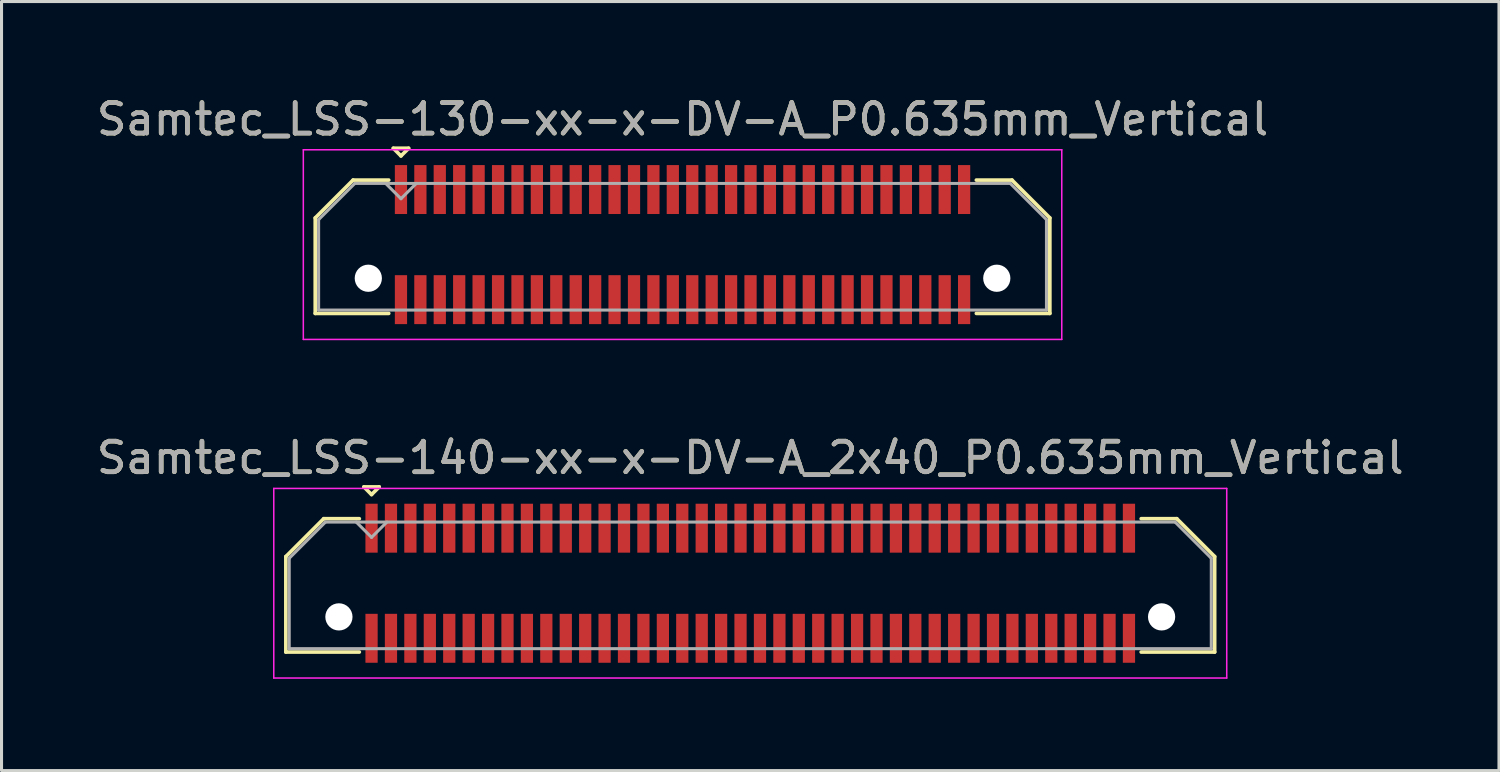
<source format=kicad_pcb>
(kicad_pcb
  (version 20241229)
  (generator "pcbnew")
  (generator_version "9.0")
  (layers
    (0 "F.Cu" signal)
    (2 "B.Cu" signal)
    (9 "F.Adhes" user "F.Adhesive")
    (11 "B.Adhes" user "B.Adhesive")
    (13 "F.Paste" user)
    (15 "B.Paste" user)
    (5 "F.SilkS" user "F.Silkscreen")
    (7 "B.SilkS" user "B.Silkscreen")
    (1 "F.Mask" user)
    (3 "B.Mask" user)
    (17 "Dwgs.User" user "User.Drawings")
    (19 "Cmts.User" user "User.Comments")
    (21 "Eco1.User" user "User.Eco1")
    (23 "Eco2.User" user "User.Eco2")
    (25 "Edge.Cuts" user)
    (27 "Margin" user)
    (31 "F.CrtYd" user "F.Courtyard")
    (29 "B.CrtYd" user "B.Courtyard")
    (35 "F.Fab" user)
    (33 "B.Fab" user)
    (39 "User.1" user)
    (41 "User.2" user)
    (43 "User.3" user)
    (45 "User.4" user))
  (footprint "Samtec_LSS-130-xx-x-DV-A_P0.635mm_Vertical"
    (layer "F.Cu")
    (at 19.268 4.948)
    (property "Reference" "Samtec_LSS-130-xx-x-DV-A_P0.635mm_Vertical" (at 0 -4.1 0) (layer "F.SilkS") (effects (font (size 1 1) (thickness 0.15))))
    (attr smd)
    (fp_line (start -12.01 -0.872) (end -12.01 2.25) (stroke (width 0.12) (type solid)) (layer "F.SilkS"))
    (fp_line (start -12.01 2.25) (end -9.607 2.25) (stroke (width 0.12) (type solid)) (layer "F.SilkS"))
    (fp_line (start -10.772 -2.11) (end -12.01 -0.872) (stroke (width 0.12) (type solid)) (layer "F.SilkS"))
    (fp_line (start -9.607 -2.11) (end -10.772 -2.11) (stroke (width 0.12) (type solid)) (layer "F.SilkS"))
    (fp_line (start -9.457 -3.15) (end -8.957 -3.15) (stroke (width 0.12) (type solid)) (layer "F.SilkS"))
    (fp_line (start -9.207 -2.9) (end -9.457 -3.15) (stroke (width 0.12) (type solid)) (layer "F.SilkS"))
    (fp_line (start -8.957 -3.15) (end -9.207 -2.9) (stroke (width 0.12) (type solid)) (layer "F.SilkS"))
    (fp_line (start 9.607 -2.11) (end 10.772 -2.11) (stroke (width 0.12) (type solid)) (layer "F.SilkS"))
    (fp_line (start 10.772 -2.11) (end 12.01 -0.872) (stroke (width 0.12) (type solid)) (layer "F.SilkS"))
    (fp_line (start 12.01 -0.872) (end 12.01 2.25) (stroke (width 0.12) (type solid)) (layer "F.SilkS"))
    (fp_line (start 12.01 2.25) (end 9.607 2.25) (stroke (width 0.12) (type solid)) (layer "F.SilkS"))
    (fp_line (start -12.4 -3.1) (end -12.4 3.1) (stroke (width 0.05) (type solid)) (layer "F.CrtYd"))
    (fp_line (start -12.4 3.1) (end 12.4 3.1) (stroke (width 0.05) (type solid)) (layer "F.CrtYd"))
    (fp_line (start 12.4 -3.1) (end -12.4 -3.1) (stroke (width 0.05) (type solid)) (layer "F.CrtYd"))
    (fp_line (start 12.4 3.1) (end 12.4 -3.1) (stroke (width 0.05) (type solid)) (layer "F.CrtYd"))
    (fp_line (start -11.9 -0.817) (end -11.9 2.14) (stroke (width 0.1) (type solid)) (layer "F.Fab"))
    (fp_line (start -11.9 2.14) (end 11.9 2.14) (stroke (width 0.1) (type solid)) (layer "F.Fab"))
    (fp_line (start -10.717 -2) (end -11.9 -0.817) (stroke (width 0.1) (type solid)) (layer "F.Fab"))
    (fp_line (start -9.207 -1.5) (end -9.707 -2) (stroke (width 0.1) (type solid)) (layer "F.Fab"))
    (fp_line (start -8.707 -2) (end -9.207 -1.5) (stroke (width 0.1) (type solid)) (layer "F.Fab"))
    (fp_line (start 10.717 -2) (end -10.717 -2) (stroke (width 0.1) (type solid)) (layer "F.Fab"))
    (fp_line (start 11.9 -0.817) (end 10.717 -2) (stroke (width 0.1) (type solid)) (layer "F.Fab"))
    (fp_line (start 11.9 2.14) (end 11.9 -0.817) (stroke (width 0.1) (type solid)) (layer "F.Fab"))
    (fp_text user "${REFERENCE}" (at 0 -4.1 0) (layer "F.Fab") (effects (font (size 1 1) (thickness 0.15))))
    (pad "" np_thru_hole circle (at -10.275 1.1) (size 0.89 0.89) (drill 0.89) (layers "*.Cu" "*.Mask"))
    (pad "" np_thru_hole circle (at 10.275 1.1) (size 0.89 0.89) (drill 0.89) (layers "*.Cu" "*.Mask"))
    (pad "1" smd rect (at -9.207 -1.8) (size 0.4 1.6) (layers "F.Cu" "F.Mask" "F.Paste"))
    (pad "2" smd rect (at -9.207 1.8) (size 0.4 1.6) (layers "F.Cu" "F.Mask" "F.Paste"))
    (pad "3" smd rect (at -8.572 -1.8) (size 0.4 1.6) (layers "F.Cu" "F.Mask" "F.Paste"))
    (pad "4" smd rect (at -8.572 1.8) (size 0.4 1.6) (layers "F.Cu" "F.Mask" "F.Paste"))
    (pad "5" smd rect (at -7.938 -1.8) (size 0.4 1.6) (layers "F.Cu" "F.Mask" "F.Paste"))
    (pad "6" smd rect (at -7.938 1.8) (size 0.4 1.6) (layers "F.Cu" "F.Mask" "F.Paste"))
    (pad "7" smd rect (at -7.303 -1.8) (size 0.4 1.6) (layers "F.Cu" "F.Mask" "F.Paste"))
    (pad "8" smd rect (at -7.303 1.8) (size 0.4 1.6) (layers "F.Cu" "F.Mask" "F.Paste"))
    (pad "9" smd rect (at -6.668 -1.8) (size 0.4 1.6) (layers "F.Cu" "F.Mask" "F.Paste"))
    (pad "10" smd rect (at -6.668 1.8) (size 0.4 1.6) (layers "F.Cu" "F.Mask" "F.Paste"))
    (pad "11" smd rect (at -6.032 -1.8) (size 0.4 1.6) (layers "F.Cu" "F.Mask" "F.Paste"))
    (pad "12" smd rect (at -6.032 1.8) (size 0.4 1.6) (layers "F.Cu" "F.Mask" "F.Paste"))
    (pad "13" smd rect (at -5.397 -1.8) (size 0.4 1.6) (layers "F.Cu" "F.Mask" "F.Paste"))
    (pad "14" smd rect (at -5.397 1.8) (size 0.4 1.6) (layers "F.Cu" "F.Mask" "F.Paste"))
    (pad "15" smd rect (at -4.763 -1.8) (size 0.4 1.6) (layers "F.Cu" "F.Mask" "F.Paste"))
    (pad "16" smd rect (at -4.763 1.8) (size 0.4 1.6) (layers "F.Cu" "F.Mask" "F.Paste"))
    (pad "17" smd rect (at -4.128 -1.8) (size 0.4 1.6) (layers "F.Cu" "F.Mask" "F.Paste"))
    (pad "18" smd rect (at -4.128 1.8) (size 0.4 1.6) (layers "F.Cu" "F.Mask" "F.Paste"))
    (pad "19" smd rect (at -3.493 -1.8) (size 0.4 1.6) (layers "F.Cu" "F.Mask" "F.Paste"))
    (pad "20" smd rect (at -3.493 1.8) (size 0.4 1.6) (layers "F.Cu" "F.Mask" "F.Paste"))
    (pad "21" smd rect (at -2.857 -1.8) (size 0.4 1.6) (layers "F.Cu" "F.Mask" "F.Paste"))
    (pad "22" smd rect (at -2.857 1.8) (size 0.4 1.6) (layers "F.Cu" "F.Mask" "F.Paste"))
    (pad "23" smd rect (at -2.223 -1.8) (size 0.4 1.6) (layers "F.Cu" "F.Mask" "F.Paste"))
    (pad "24" smd rect (at -2.223 1.8) (size 0.4 1.6) (layers "F.Cu" "F.Mask" "F.Paste"))
    (pad "25" smd rect (at -1.587 -1.8) (size 0.4 1.6) (layers "F.Cu" "F.Mask" "F.Paste"))
    (pad "26" smd rect (at -1.587 1.8) (size 0.4 1.6) (layers "F.Cu" "F.Mask" "F.Paste"))
    (pad "27" smd rect (at -0.953 -1.8) (size 0.4 1.6) (layers "F.Cu" "F.Mask" "F.Paste"))
    (pad "28" smd rect (at -0.953 1.8) (size 0.4 1.6) (layers "F.Cu" "F.Mask" "F.Paste"))
    (pad "29" smd rect (at -0.318 -1.8) (size 0.4 1.6) (layers "F.Cu" "F.Mask" "F.Paste"))
    (pad "30" smd rect (at -0.318 1.8) (size 0.4 1.6) (layers "F.Cu" "F.Mask" "F.Paste"))
    (pad "31" smd rect (at 0.318 -1.8) (size 0.4 1.6) (layers "F.Cu" "F.Mask" "F.Paste"))
    (pad "32" smd rect (at 0.318 1.8) (size 0.4 1.6) (layers "F.Cu" "F.Mask" "F.Paste"))
    (pad "33" smd rect (at 0.953 -1.8) (size 0.4 1.6) (layers "F.Cu" "F.Mask" "F.Paste"))
    (pad "34" smd rect (at 0.953 1.8) (size 0.4 1.6) (layers "F.Cu" "F.Mask" "F.Paste"))
    (pad "35" smd rect (at 1.587 -1.8) (size 0.4 1.6) (layers "F.Cu" "F.Mask" "F.Paste"))
    (pad "36" smd rect (at 1.587 1.8) (size 0.4 1.6) (layers "F.Cu" "F.Mask" "F.Paste"))
    (pad "37" smd rect (at 2.223 -1.8) (size 0.4 1.6) (layers "F.Cu" "F.Mask" "F.Paste"))
    (pad "38" smd rect (at 2.223 1.8) (size 0.4 1.6) (layers "F.Cu" "F.Mask" "F.Paste"))
    (pad "39" smd rect (at 2.857 -1.8) (size 0.4 1.6) (layers "F.Cu" "F.Mask" "F.Paste"))
    (pad "40" smd rect (at 2.857 1.8) (size 0.4 1.6) (layers "F.Cu" "F.Mask" "F.Paste"))
    (pad "41" smd rect (at 3.493 -1.8) (size 0.4 1.6) (layers "F.Cu" "F.Mask" "F.Paste"))
    (pad "42" smd rect (at 3.493 1.8) (size 0.4 1.6) (layers "F.Cu" "F.Mask" "F.Paste"))
    (pad "43" smd rect (at 4.128 -1.8) (size 0.4 1.6) (layers "F.Cu" "F.Mask" "F.Paste"))
    (pad "44" smd rect (at 4.128 1.8) (size 0.4 1.6) (layers "F.Cu" "F.Mask" "F.Paste"))
    (pad "45" smd rect (at 4.763 -1.8) (size 0.4 1.6) (layers "F.Cu" "F.Mask" "F.Paste"))
    (pad "46" smd rect (at 4.763 1.8) (size 0.4 1.6) (layers "F.Cu" "F.Mask" "F.Paste"))
    (pad "47" smd rect (at 5.397 -1.8) (size 0.4 1.6) (layers "F.Cu" "F.Mask" "F.Paste"))
    (pad "48" smd rect (at 5.397 1.8) (size 0.4 1.6) (layers "F.Cu" "F.Mask" "F.Paste"))
    (pad "49" smd rect (at 6.032 -1.8) (size 0.4 1.6) (layers "F.Cu" "F.Mask" "F.Paste"))
    (pad "50" smd rect (at 6.032 1.8) (size 0.4 1.6) (layers "F.Cu" "F.Mask" "F.Paste"))
    (pad "51" smd rect (at 6.668 -1.8) (size 0.4 1.6) (layers "F.Cu" "F.Mask" "F.Paste"))
    (pad "52" smd rect (at 6.668 1.8) (size 0.4 1.6) (layers "F.Cu" "F.Mask" "F.Paste"))
    (pad "53" smd rect (at 7.303 -1.8) (size 0.4 1.6) (layers "F.Cu" "F.Mask" "F.Paste"))
    (pad "54" smd rect (at 7.303 1.8) (size 0.4 1.6) (layers "F.Cu" "F.Mask" "F.Paste"))
    (pad "55" smd rect (at 7.938 -1.8) (size 0.4 1.6) (layers "F.Cu" "F.Mask" "F.Paste"))
    (pad "56" smd rect (at 7.938 1.8) (size 0.4 1.6) (layers "F.Cu" "F.Mask" "F.Paste"))
    (pad "57" smd rect (at 8.572 -1.8) (size 0.4 1.6) (layers "F.Cu" "F.Mask" "F.Paste"))
    (pad "58" smd rect (at 8.572 1.8) (size 0.4 1.6) (layers "F.Cu" "F.Mask" "F.Paste"))
    (pad "59" smd rect (at 9.207 -1.8) (size 0.4 1.6) (layers "F.Cu" "F.Mask" "F.Paste"))
    (pad "60" smd rect (at 9.207 1.8) (size 0.4 1.6) (layers "F.Cu" "F.Mask" "F.Paste")))
  (footprint "Samtec_LSS-140-xx-x-DV-A_2x40_P0.635mm_Vertical"
    (layer "F.Cu")
    (at 21.482 16.021)
    (property "Reference" "Samtec_LSS-140-xx-x-DV-A_2x40_P0.635mm_Vertical" (at 0 -4.1 0) (layer "F.SilkS") (effects (font (size 1 1) (thickness 0.15))))
    (attr smd)
    (fp_line (start -15.185 -0.872) (end -15.185 2.25) (stroke (width 0.12) (type solid)) (layer "F.SilkS"))
    (fp_line (start -15.185 2.25) (end -12.783 2.25) (stroke (width 0.12) (type solid)) (layer "F.SilkS"))
    (fp_line (start -13.947 -2.11) (end -15.185 -0.872) (stroke (width 0.12) (type solid)) (layer "F.SilkS"))
    (fp_line (start -12.783 -2.11) (end -13.947 -2.11) (stroke (width 0.12) (type solid)) (layer "F.SilkS"))
    (fp_line (start -12.633 -3.15) (end -12.133 -3.15) (stroke (width 0.12) (type solid)) (layer "F.SilkS"))
    (fp_line (start -12.383 -2.9) (end -12.633 -3.15) (stroke (width 0.12) (type solid)) (layer "F.SilkS"))
    (fp_line (start -12.133 -3.15) (end -12.383 -2.9) (stroke (width 0.12) (type solid)) (layer "F.SilkS"))
    (fp_line (start 12.783 -2.11) (end 13.947 -2.11) (stroke (width 0.12) (type solid)) (layer "F.SilkS"))
    (fp_line (start 13.947 -2.11) (end 15.185 -0.872) (stroke (width 0.12) (type solid)) (layer "F.SilkS"))
    (fp_line (start 15.185 -0.872) (end 15.185 2.25) (stroke (width 0.12) (type solid)) (layer "F.SilkS"))
    (fp_line (start 15.185 2.25) (end 12.783 2.25) (stroke (width 0.12) (type solid)) (layer "F.SilkS"))
    (fp_line (start -15.58 -3.1) (end -15.58 3.1) (stroke (width 0.05) (type solid)) (layer "F.CrtYd"))
    (fp_line (start -15.58 3.1) (end 15.58 3.1) (stroke (width 0.05) (type solid)) (layer "F.CrtYd"))
    (fp_line (start 15.58 -3.1) (end -15.58 -3.1) (stroke (width 0.05) (type solid)) (layer "F.CrtYd"))
    (fp_line (start 15.58 3.1) (end 15.58 -3.1) (stroke (width 0.05) (type solid)) (layer "F.CrtYd"))
    (fp_line (start -15.075 -0.817) (end -15.075 2.14) (stroke (width 0.1) (type solid)) (layer "F.Fab"))
    (fp_line (start -15.075 2.14) (end 15.075 2.14) (stroke (width 0.1) (type solid)) (layer "F.Fab"))
    (fp_line (start -13.892 -2) (end -15.075 -0.817) (stroke (width 0.1) (type solid)) (layer "F.Fab"))
    (fp_line (start -12.383 -1.5) (end -12.883 -2) (stroke (width 0.1) (type solid)) (layer "F.Fab"))
    (fp_line (start -11.883 -2) (end -12.383 -1.5) (stroke (width 0.1) (type solid)) (layer "F.Fab"))
    (fp_line (start 13.892 -2) (end -13.892 -2) (stroke (width 0.1) (type solid)) (layer "F.Fab"))
    (fp_line (start 15.075 -0.817) (end 13.892 -2) (stroke (width 0.1) (type solid)) (layer "F.Fab"))
    (fp_line (start 15.075 2.14) (end 15.075 -0.817) (stroke (width 0.1) (type solid)) (layer "F.Fab"))
    (fp_text user "${REFERENCE}" (at 0 -4.1 0) (layer "F.Fab") (effects (font (size 1 1) (thickness 0.15))))
    (pad "" np_thru_hole circle (at -13.45 1.1) (size 0.89 0.89) (drill 0.89) (layers "*.Cu" "*.Mask"))
    (pad "" np_thru_hole circle (at 13.45 1.1) (size 0.89 0.89) (drill 0.89) (layers "*.Cu" "*.Mask"))
    (pad "1" smd rect (at -12.383 -1.8) (size 0.4 1.6) (layers "F.Cu" "F.Mask" "F.Paste"))
    (pad "2" smd rect (at -12.383 1.8) (size 0.4 1.6) (layers "F.Cu" "F.Mask" "F.Paste"))
    (pad "3" smd rect (at -11.748 -1.8) (size 0.4 1.6) (layers "F.Cu" "F.Mask" "F.Paste"))
    (pad "4" smd rect (at -11.748 1.8) (size 0.4 1.6) (layers "F.Cu" "F.Mask" "F.Paste"))
    (pad "5" smd rect (at -11.113 -1.8) (size 0.4 1.6) (layers "F.Cu" "F.Mask" "F.Paste"))
    (pad "6" smd rect (at -11.113 1.8) (size 0.4 1.6) (layers "F.Cu" "F.Mask" "F.Paste"))
    (pad "7" smd rect (at -10.477 -1.8) (size 0.4 1.6) (layers "F.Cu" "F.Mask" "F.Paste"))
    (pad "8" smd rect (at -10.477 1.8) (size 0.4 1.6) (layers "F.Cu" "F.Mask" "F.Paste"))
    (pad "9" smd rect (at -9.842 -1.8) (size 0.4 1.6) (layers "F.Cu" "F.Mask" "F.Paste"))
    (pad "10" smd rect (at -9.842 1.8) (size 0.4 1.6) (layers "F.Cu" "F.Mask" "F.Paste"))
    (pad "11" smd rect (at -9.207 -1.8) (size 0.4 1.6) (layers "F.Cu" "F.Mask" "F.Paste"))
    (pad "12" smd rect (at -9.207 1.8) (size 0.4 1.6) (layers "F.Cu" "F.Mask" "F.Paste"))
    (pad "13" smd rect (at -8.572 -1.8) (size 0.4 1.6) (layers "F.Cu" "F.Mask" "F.Paste"))
    (pad "14" smd rect (at -8.572 1.8) (size 0.4 1.6) (layers "F.Cu" "F.Mask" "F.Paste"))
    (pad "15" smd rect (at -7.938 -1.8) (size 0.4 1.6) (layers "F.Cu" "F.Mask" "F.Paste"))
    (pad "16" smd rect (at -7.938 1.8) (size 0.4 1.6) (layers "F.Cu" "F.Mask" "F.Paste"))
    (pad "17" smd rect (at -7.303 -1.8) (size 0.4 1.6) (layers "F.Cu" "F.Mask" "F.Paste"))
    (pad "18" smd rect (at -7.303 1.8) (size 0.4 1.6) (layers "F.Cu" "F.Mask" "F.Paste"))
    (pad "19" smd rect (at -6.668 -1.8) (size 0.4 1.6) (layers "F.Cu" "F.Mask" "F.Paste"))
    (pad "20" smd rect (at -6.668 1.8) (size 0.4 1.6) (layers "F.Cu" "F.Mask" "F.Paste"))
    (pad "21" smd rect (at -6.032 -1.8) (size 0.4 1.6) (layers "F.Cu" "F.Mask" "F.Paste"))
    (pad "22" smd rect (at -6.032 1.8) (size 0.4 1.6) (layers "F.Cu" "F.Mask" "F.Paste"))
    (pad "23" smd rect (at -5.397 -1.8) (size 0.4 1.6) (layers "F.Cu" "F.Mask" "F.Paste"))
    (pad "24" smd rect (at -5.397 1.8) (size 0.4 1.6) (layers "F.Cu" "F.Mask" "F.Paste"))
    (pad "25" smd rect (at -4.763 -1.8) (size 0.4 1.6) (layers "F.Cu" "F.Mask" "F.Paste"))
    (pad "26" smd rect (at -4.763 1.8) (size 0.4 1.6) (layers "F.Cu" "F.Mask" "F.Paste"))
    (pad "27" smd rect (at -4.128 -1.8) (size 0.4 1.6) (layers "F.Cu" "F.Mask" "F.Paste"))
    (pad "28" smd rect (at -4.128 1.8) (size 0.4 1.6) (layers "F.Cu" "F.Mask" "F.Paste"))
    (pad "29" smd rect (at -3.493 -1.8) (size 0.4 1.6) (layers "F.Cu" "F.Mask" "F.Paste"))
    (pad "30" smd rect (at -3.493 1.8) (size 0.4 1.6) (layers "F.Cu" "F.Mask" "F.Paste"))
    (pad "31" smd rect (at -2.857 -1.8) (size 0.4 1.6) (layers "F.Cu" "F.Mask" "F.Paste"))
    (pad "32" smd rect (at -2.857 1.8) (size 0.4 1.6) (layers "F.Cu" "F.Mask" "F.Paste"))
    (pad "33" smd rect (at -2.223 -1.8) (size 0.4 1.6) (layers "F.Cu" "F.Mask" "F.Paste"))
    (pad "34" smd rect (at -2.223 1.8) (size 0.4 1.6) (layers "F.Cu" "F.Mask" "F.Paste"))
    (pad "35" smd rect (at -1.587 -1.8) (size 0.4 1.6) (layers "F.Cu" "F.Mask" "F.Paste"))
    (pad "36" smd rect (at -1.587 1.8) (size 0.4 1.6) (layers "F.Cu" "F.Mask" "F.Paste"))
    (pad "37" smd rect (at -0.953 -1.8) (size 0.4 1.6) (layers "F.Cu" "F.Mask" "F.Paste"))
    (pad "38" smd rect (at -0.953 1.8) (size 0.4 1.6) (layers "F.Cu" "F.Mask" "F.Paste"))
    (pad "39" smd rect (at -0.318 -1.8) (size 0.4 1.6) (layers "F.Cu" "F.Mask" "F.Paste"))
    (pad "40" smd rect (at -0.318 1.8) (size 0.4 1.6) (layers "F.Cu" "F.Mask" "F.Paste"))
    (pad "41" smd rect (at 0.318 -1.8) (size 0.4 1.6) (layers "F.Cu" "F.Mask" "F.Paste"))
    (pad "42" smd rect (at 0.318 1.8) (size 0.4 1.6) (layers "F.Cu" "F.Mask" "F.Paste"))
    (pad "43" smd rect (at 0.953 -1.8) (size 0.4 1.6) (layers "F.Cu" "F.Mask" "F.Paste"))
    (pad "44" smd rect (at 0.953 1.8) (size 0.4 1.6) (layers "F.Cu" "F.Mask" "F.Paste"))
    (pad "45" smd rect (at 1.587 -1.8) (size 0.4 1.6) (layers "F.Cu" "F.Mask" "F.Paste"))
    (pad "46" smd rect (at 1.587 1.8) (size 0.4 1.6) (layers "F.Cu" "F.Mask" "F.Paste"))
    (pad "47" smd rect (at 2.223 -1.8) (size 0.4 1.6) (layers "F.Cu" "F.Mask" "F.Paste"))
    (pad "48" smd rect (at 2.223 1.8) (size 0.4 1.6) (layers "F.Cu" "F.Mask" "F.Paste"))
    (pad "49" smd rect (at 2.857 -1.8) (size 0.4 1.6) (layers "F.Cu" "F.Mask" "F.Paste"))
    (pad "50" smd rect (at 2.857 1.8) (size 0.4 1.6) (layers "F.Cu" "F.Mask" "F.Paste"))
    (pad "51" smd rect (at 3.493 -1.8) (size 0.4 1.6) (layers "F.Cu" "F.Mask" "F.Paste"))
    (pad "52" smd rect (at 3.493 1.8) (size 0.4 1.6) (layers "F.Cu" "F.Mask" "F.Paste"))
    (pad "53" smd rect (at 4.128 -1.8) (size 0.4 1.6) (layers "F.Cu" "F.Mask" "F.Paste"))
    (pad "54" smd rect (at 4.128 1.8) (size 0.4 1.6) (layers "F.Cu" "F.Mask" "F.Paste"))
    (pad "55" smd rect (at 4.763 -1.8) (size 0.4 1.6) (layers "F.Cu" "F.Mask" "F.Paste"))
    (pad "56" smd rect (at 4.763 1.8) (size 0.4 1.6) (layers "F.Cu" "F.Mask" "F.Paste"))
    (pad "57" smd rect (at 5.397 -1.8) (size 0.4 1.6) (layers "F.Cu" "F.Mask" "F.Paste"))
    (pad "58" smd rect (at 5.397 1.8) (size 0.4 1.6) (layers "F.Cu" "F.Mask" "F.Paste"))
    (pad "59" smd rect (at 6.032 -1.8) (size 0.4 1.6) (layers "F.Cu" "F.Mask" "F.Paste"))
    (pad "60" smd rect (at 6.032 1.8) (size 0.4 1.6) (layers "F.Cu" "F.Mask" "F.Paste"))
    (pad "61" smd rect (at 6.668 -1.8) (size 0.4 1.6) (layers "F.Cu" "F.Mask" "F.Paste"))
    (pad "62" smd rect (at 6.668 1.8) (size 0.4 1.6) (layers "F.Cu" "F.Mask" "F.Paste"))
    (pad "63" smd rect (at 7.303 -1.8) (size 0.4 1.6) (layers "F.Cu" "F.Mask" "F.Paste"))
    (pad "64" smd rect (at 7.303 1.8) (size 0.4 1.6) (layers "F.Cu" "F.Mask" "F.Paste"))
    (pad "65" smd rect (at 7.938 -1.8) (size 0.4 1.6) (layers "F.Cu" "F.Mask" "F.Paste"))
    (pad "66" smd rect (at 7.938 1.8) (size 0.4 1.6) (layers "F.Cu" "F.Mask" "F.Paste"))
    (pad "67" smd rect (at 8.572 -1.8) (size 0.4 1.6) (layers "F.Cu" "F.Mask" "F.Paste"))
    (pad "68" smd rect (at 8.572 1.8) (size 0.4 1.6) (layers "F.Cu" "F.Mask" "F.Paste"))
    (pad "69" smd rect (at 9.207 -1.8) (size 0.4 1.6) (layers "F.Cu" "F.Mask" "F.Paste"))
    (pad "70" smd rect (at 9.207 1.8) (size 0.4 1.6) (layers "F.Cu" "F.Mask" "F.Paste"))
    (pad "71" smd rect (at 9.842 -1.8) (size 0.4 1.6) (layers "F.Cu" "F.Mask" "F.Paste"))
    (pad "72" smd rect (at 9.842 1.8) (size 0.4 1.6) (layers "F.Cu" "F.Mask" "F.Paste"))
    (pad "73" smd rect (at 10.477 -1.8) (size 0.4 1.6) (layers "F.Cu" "F.Mask" "F.Paste"))
    (pad "74" smd rect (at 10.477 1.8) (size 0.4 1.6) (layers "F.Cu" "F.Mask" "F.Paste"))
    (pad "75" smd rect (at 11.113 -1.8) (size 0.4 1.6) (layers "F.Cu" "F.Mask" "F.Paste"))
    (pad "76" smd rect (at 11.113 1.8) (size 0.4 1.6) (layers "F.Cu" "F.Mask" "F.Paste"))
    (pad "77" smd rect (at 11.748 -1.8) (size 0.4 1.6) (layers "F.Cu" "F.Mask" "F.Paste"))
    (pad "78" smd rect (at 11.748 1.8) (size 0.4 1.6) (layers "F.Cu" "F.Mask" "F.Paste"))
    (pad "79" smd rect (at 12.383 -1.8) (size 0.4 1.6) (layers "F.Cu" "F.Mask" "F.Paste"))
    (pad "80" smd rect (at 12.383 1.8) (size 0.4 1.6) (layers "F.Cu" "F.Mask" "F.Paste")))
  (gr_rect
    (start -3 -3)
    (end 45.964 22.146)
    (stroke (width 0.1) (type default))
    (fill no)
    (layer "Edge.Cuts")))
</source>
